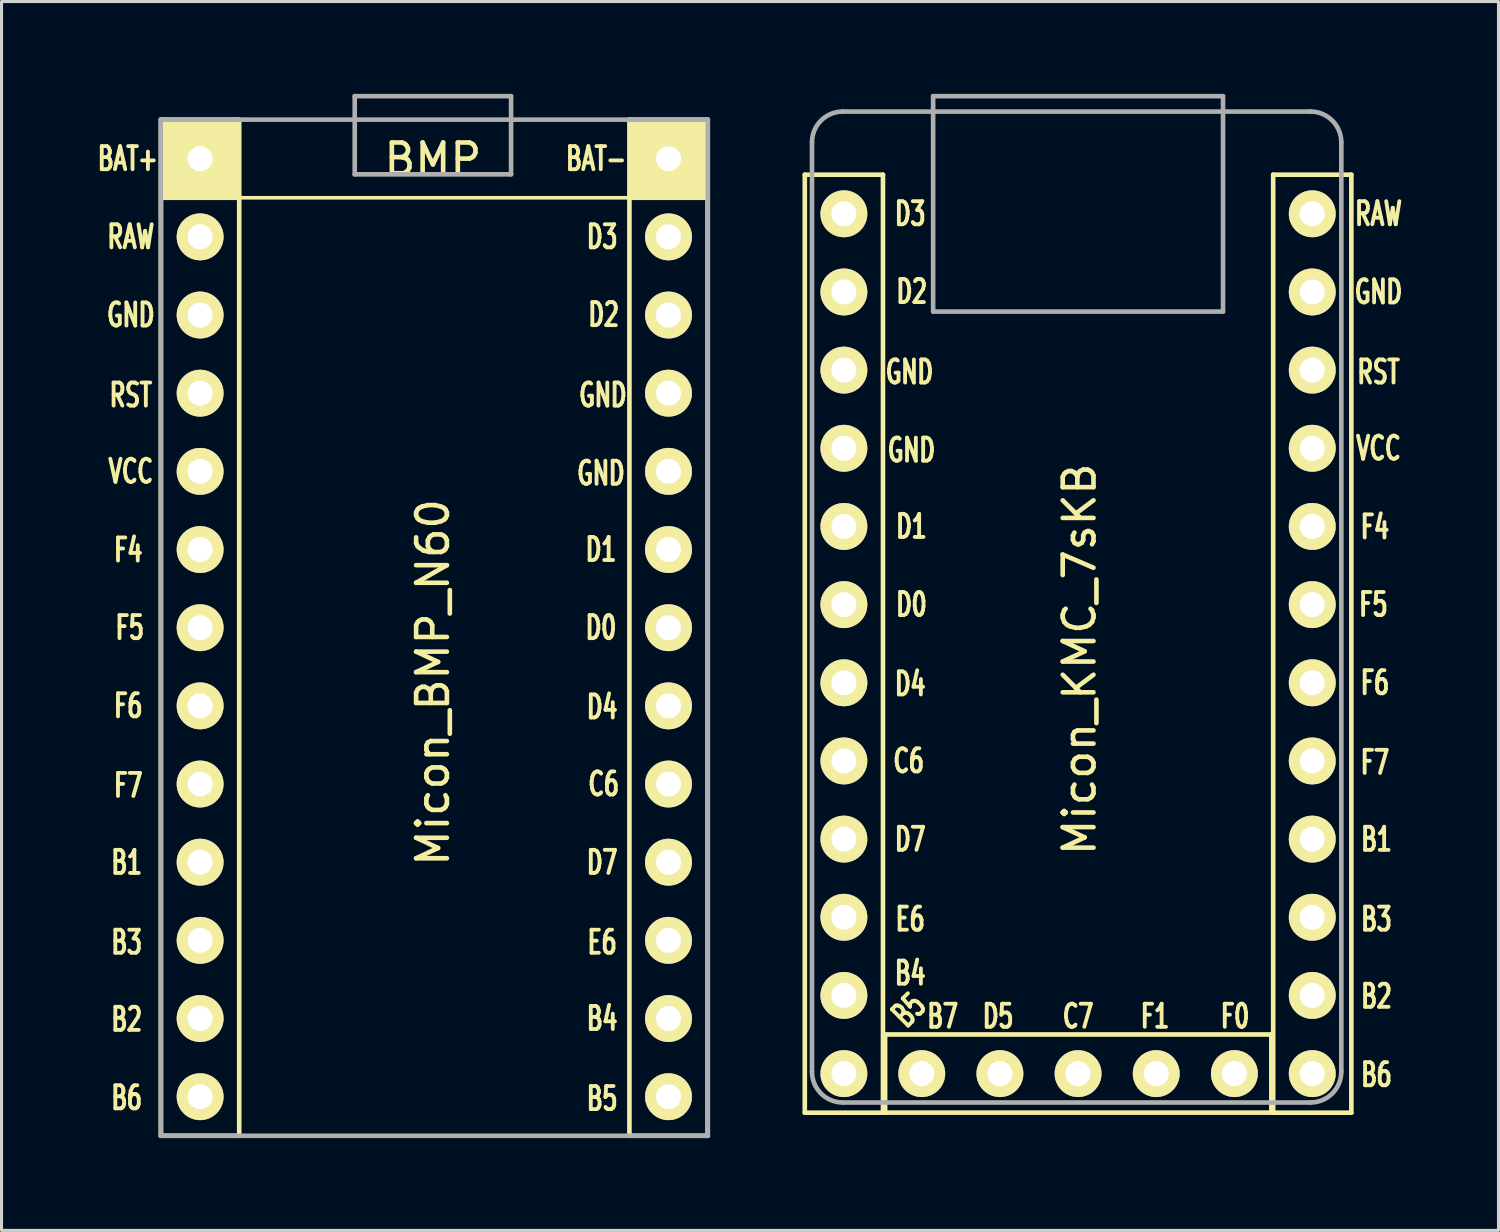
<source format=kicad_pcb>
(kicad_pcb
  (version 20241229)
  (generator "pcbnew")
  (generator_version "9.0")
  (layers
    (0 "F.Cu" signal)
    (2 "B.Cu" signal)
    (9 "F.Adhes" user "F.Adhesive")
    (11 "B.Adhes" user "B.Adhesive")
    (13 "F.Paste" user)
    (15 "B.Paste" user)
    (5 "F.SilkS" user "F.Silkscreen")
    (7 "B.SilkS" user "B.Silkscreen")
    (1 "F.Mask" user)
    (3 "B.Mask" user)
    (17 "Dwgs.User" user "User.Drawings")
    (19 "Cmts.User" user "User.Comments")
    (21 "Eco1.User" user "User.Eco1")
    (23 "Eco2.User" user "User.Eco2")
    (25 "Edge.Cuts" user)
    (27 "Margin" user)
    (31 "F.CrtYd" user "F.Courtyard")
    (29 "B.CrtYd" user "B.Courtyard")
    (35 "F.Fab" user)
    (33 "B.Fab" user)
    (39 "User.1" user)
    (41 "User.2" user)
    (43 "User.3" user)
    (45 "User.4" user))
  (footprint "Micon_KMC_7sKB"
    (layer "F.Cu")
    (at 31.982 18.375)
    (property "Reference" "Micon_KMC_7sKB" (at 0.046 0 270) (layer "F.SilkS") (effects (font (size 1 1) (thickness 0.15))))
    (attr through_hole)
    (fp_line (start -8.88 -15.748) (end -8.88 14.732) (stroke (width 0.15) (type solid)) (layer "F.SilkS"))
    (fp_line (start -8.88 14.732) (end -6.34 14.732) (stroke (width 0.15) (type solid)) (layer "F.SilkS"))
    (fp_line (start -6.34 -15.748) (end -8.88 -15.748) (stroke (width 0.15) (type solid)) (layer "F.SilkS"))
    (fp_line (start -6.34 14.732) (end -6.34 -15.748) (stroke (width 0.15) (type solid)) (layer "F.SilkS"))
    (fp_line (start -6.27 14.73) (end -6.27 12.19) (stroke (width 0.15) (type solid)) (layer "F.SilkS"))
    (fp_line (start -6.27 14.73) (end 6.28 14.73) (stroke (width 0.15) (type solid)) (layer "F.SilkS"))
    (fp_line (start 6.28 12.19) (end -6.27 12.19) (stroke (width 0.15) (type solid)) (layer "F.SilkS"))
    (fp_line (start 6.28 14.73) (end 6.28 12.19) (stroke (width 0.15) (type solid)) (layer "F.SilkS"))
    (fp_line (start 6.34 -15.748) (end 6.34 14.732) (stroke (width 0.15) (type solid)) (layer "F.SilkS"))
    (fp_line (start 6.34 14.732) (end 8.88 14.732) (stroke (width 0.15) (type solid)) (layer "F.SilkS"))
    (fp_line (start 8.88 -15.748) (end 6.34 -15.748) (stroke (width 0.15) (type solid)) (layer "F.SilkS"))
    (fp_line (start 8.88 14.732) (end 8.88 -15.748) (stroke (width 0.15) (type solid)) (layer "F.SilkS"))
    (fp_line (start -8.646 -16.8) (end -8.646 13.4) (stroke (width 0.15) (type solid)) (layer "F.Fab"))
    (fp_line (start -7.646 14.4) (end 7.554 14.4) (stroke (width 0.15) (type solid)) (layer "F.Fab"))
    (fp_line (start -4.71 -18.3) (end 4.71 -18.3) (stroke (width 0.15) (type solid)) (layer "F.Fab"))
    (fp_line (start -4.71 -11.3) (end -4.71 -18.3) (stroke (width 0.15) (type solid)) (layer "F.Fab"))
    (fp_line (start -4.71 -11.3) (end 4.71 -11.3) (stroke (width 0.15) (type solid)) (layer "F.Fab"))
    (fp_line (start 4.71 -11.3) (end 4.71 -18.3) (stroke (width 0.15) (type solid)) (layer "F.Fab"))
    (fp_line (start 7.554 -17.8) (end -7.646 -17.8) (stroke (width 0.15) (type solid)) (layer "F.Fab"))
    (fp_line (start 8.554 13.4) (end 8.554 -16.8) (stroke (width 0.15) (type solid)) (layer "F.Fab"))
    (fp_arc (start -8.6464 -16.8) (mid -8.353507 -17.507107) (end -7.6464 -17.8) (stroke (width 0.15) (type default)) (layer "F.Fab"))
    (fp_arc (start -7.6464 14.4) (mid -8.353507 14.107107) (end -8.6464 13.4) (stroke (width 0.15) (type default)) (layer "F.Fab"))
    (fp_arc (start 7.5536 -17.8) (mid 8.260707 -17.507107) (end 8.5536 -16.8) (stroke (width 0.15) (type default)) (layer "F.Fab"))
    (fp_arc (start 8.5536 13.4) (mid 8.260707 14.107107) (end 7.5536 14.4) (stroke (width 0.15) (type default)) (layer "F.Fab"))
    (fp_text user "D5" (at -2.6 11.6 0) (layer "F.SilkS") (effects (font (size 0.75 0.5) (thickness 0.125))))
    (fp_text user "D4" (at -5.454 0.8 0) (layer "F.SilkS") (effects (font (size 0.75 0.5) (thickness 0.125))))
    (fp_text user "GND" (at -5.478 -9.335 0) (layer "F.SilkS") (effects (font (size 0.75 0.5) (thickness 0.125))))
    (fp_text user "B2" (at 9.696 10.95 0) (layer "F.SilkS") (effects (font (size 0.75 0.5) (thickness 0.125))))
    (fp_text user "RST" (at 9.762 -9.335 0) (layer "F.SilkS") (effects (font (size 0.75 0.5) (thickness 0.125))))
    (fp_text user "GND" (at -5.415 -6.795 0) (layer "F.SilkS") (effects (font (size 0.75 0.5) (thickness 0.125))))
    (fp_text user "B5" (at -5.5 11.4 45) (layer "F.SilkS") (effects (font (size 0.75 0.5) (thickness 0.125))))
    (fp_text user "GND" (at 9.762 -11.938 0) (layer "F.SilkS") (effects (font (size 0.75 0.5) (thickness 0.125))))
    (fp_text user "D2" (at -5.404 -11.95 0) (layer "F.SilkS") (effects (font (size 0.75 0.5) (thickness 0.125))))
    (fp_text user "F6" (at 9.646 0.762 0) (layer "F.SilkS") (effects (font (size 0.75 0.5) (thickness 0.125))))
    (fp_text user "B3" (at 9.696 8.445 0) (layer "F.SilkS") (effects (font (size 0.75 0.5) (thickness 0.125))))
    (fp_text user "B7" (at -4.4 11.6 0) (layer "F.SilkS") (effects (font (size 0.75 0.5) (thickness 0.125))))
    (fp_text user "RAW" (at 9.762 -14.478 0) (layer "F.SilkS") (effects (font (size 0.75 0.5) (thickness 0.125))))
    (fp_text user "D3" (at -5.454 -14.478 0) (layer "F.SilkS") (effects (font (size 0.75 0.5) (thickness 0.125))))
    (fp_text user "D1" (at -5.415 -4.318 0) (layer "F.SilkS") (effects (font (size 0.75 0.5) (thickness 0.125))))
    (fp_text user "" (at 0.546 -17.25 0) (layer "F.SilkS") (effects (font (size 1 1) (thickness 0.15))))
    (fp_text user "F7" (at 9.646 3.35 0) (layer "F.SilkS") (effects (font (size 0.75 0.5) (thickness 0.125))))
    (fp_text user "F1" (at 2.5 11.6 0) (layer "F.SilkS") (effects (font (size 0.75 0.5) (thickness 0.125))))
    (fp_text user "F0" (at 5.1 11.6 0) (layer "F.SilkS") (effects (font (size 0.75 0.5) (thickness 0.125))))
    (fp_text user "B4" (at -5.454 10.2 0) (layer "F.SilkS") (effects (font (size 0.75 0.5) (thickness 0.125))))
    (fp_text user "B1" (at 9.696 5.85 0) (layer "F.SilkS") (effects (font (size 0.75 0.5) (thickness 0.125))))
    (fp_text user "B6" (at 9.696 13.5 0) (layer "F.SilkS") (effects (font (size 0.75 0.5) (thickness 0.125))))
    (fp_text user "E6" (at -5.454 8.445 0) (layer "F.SilkS") (effects (font (size 0.75 0.5) (thickness 0.125))))
    (fp_text user "C7" (at 0 11.6 0) (layer "F.SilkS") (effects (font (size 0.75 0.5) (thickness 0.125))))
    (fp_text user "C6" (at -5.504 3.302 0) (layer "F.SilkS") (effects (font (size 0.75 0.5) (thickness 0.125))))
    (fp_text user "F4" (at 9.646 -4.3 0) (layer "F.SilkS") (effects (font (size 0.75 0.5) (thickness 0.125))))
    (fp_text user "F5" (at 9.596 -1.778 0) (layer "F.SilkS") (effects (font (size 0.75 0.5) (thickness 0.125))))
    (fp_text user "VCC" (at 9.762 -6.858 0) (layer "F.SilkS") (effects (font (size 0.75 0.5) (thickness 0.125))))
    (fp_text user "D0" (at -5.415 -1.778 0) (layer "F.SilkS") (effects (font (size 0.75 0.5) (thickness 0.125))))
    (fp_text user "D7" (at -5.454 5.85 0) (layer "F.SilkS") (effects (font (size 0.75 0.5) (thickness 0.125))))
    (fp_text user "" (at 1.253 -16.256 0) (layer "B.SilkS") (effects (font (size 1 1) (thickness 0.15)) (justify mirror)))
    (pad "1" thru_hole circle (at -7.61 -14.478) (size 1.524 1.524) (drill 0.813) (layers "*.Cu" "*.Mask" "F.SilkS"))
    (pad "2" thru_hole circle (at -7.61 -11.938) (size 1.524 1.524) (drill 0.813) (layers "*.Cu" "*.Mask" "F.SilkS"))
    (pad "3" thru_hole circle (at -7.61 -9.398) (size 1.524 1.524) (drill 0.813) (layers "*.Cu" "*.Mask" "F.SilkS"))
    (pad "4" thru_hole circle (at -7.61 -6.858) (size 1.524 1.524) (drill 0.813) (layers "*.Cu" "*.Mask" "F.SilkS"))
    (pad "5" thru_hole circle (at -7.61 -4.318) (size 1.524 1.524) (drill 0.813) (layers "*.Cu" "*.Mask" "F.SilkS"))
    (pad "6" thru_hole circle (at -7.61 -1.778) (size 1.524 1.524) (drill 0.813) (layers "*.Cu" "*.Mask" "F.SilkS"))
    (pad "7" thru_hole circle (at -7.61 0.762) (size 1.524 1.524) (drill 0.813) (layers "*.Cu" "*.Mask" "F.SilkS"))
    (pad "8" thru_hole circle (at -7.61 3.302) (size 1.524 1.524) (drill 0.813) (layers "*.Cu" "*.Mask" "F.SilkS"))
    (pad "9" thru_hole circle (at -7.61 5.842) (size 1.524 1.524) (drill 0.813) (layers "*.Cu" "*.Mask" "F.SilkS"))
    (pad "10" thru_hole circle (at -7.61 8.382) (size 1.524 1.524) (drill 0.813) (layers "*.Cu" "*.Mask" "F.SilkS"))
    (pad "11" thru_hole circle (at -7.61 10.922) (size 1.524 1.524) (drill 0.813) (layers "*.Cu" "*.Mask" "F.SilkS"))
    (pad "12" thru_hole circle (at -7.61 13.462) (size 1.524 1.524) (drill 0.813) (layers "*.Cu" "*.Mask" "F.SilkS"))
    (pad "13" thru_hole circle (at 7.61 13.462) (size 1.524 1.524) (drill 0.813) (layers "*.Cu" "*.Mask" "F.SilkS"))
    (pad "14" thru_hole circle (at 7.61 10.922) (size 1.524 1.524) (drill 0.813) (layers "*.Cu" "*.Mask" "F.SilkS"))
    (pad "15" thru_hole circle (at 7.61 8.382) (size 1.524 1.524) (drill 0.813) (layers "*.Cu" "*.Mask" "F.SilkS"))
    (pad "16" thru_hole circle (at 7.61 5.842) (size 1.524 1.524) (drill 0.813) (layers "*.Cu" "*.Mask" "F.SilkS"))
    (pad "17" thru_hole circle (at 7.61 3.302) (size 1.524 1.524) (drill 0.813) (layers "*.Cu" "*.Mask" "F.SilkS"))
    (pad "18" thru_hole circle (at 7.61 0.762) (size 1.524 1.524) (drill 0.813) (layers "*.Cu" "*.Mask" "F.SilkS"))
    (pad "19" thru_hole circle (at 7.61 -1.778) (size 1.524 1.524) (drill 0.813) (layers "*.Cu" "*.Mask" "F.SilkS"))
    (pad "20" thru_hole circle (at 7.61 -4.318) (size 1.524 1.524) (drill 0.813) (layers "*.Cu" "*.Mask" "F.SilkS"))
    (pad "21" thru_hole circle (at 7.61 -6.858) (size 1.524 1.524) (drill 0.813) (layers "*.Cu" "*.Mask" "F.SilkS"))
    (pad "22" thru_hole circle (at 7.61 -9.398) (size 1.524 1.524) (drill 0.813) (layers "*.Cu" "*.Mask" "F.SilkS"))
    (pad "23" thru_hole circle (at 7.61 -11.938) (size 1.524 1.524) (drill 0.813) (layers "*.Cu" "*.Mask" "F.SilkS"))
    (pad "24" thru_hole circle (at 7.61 -14.478) (size 1.524 1.524) (drill 0.813) (layers "*.Cu" "*.Mask" "F.SilkS"))
    (pad "25" thru_hole circle (at -5.08 13.462) (size 1.524 1.524) (drill 0.813) (layers "*.Cu" "*.Mask" "F.SilkS"))
    (pad "26" thru_hole circle (at -2.54 13.462) (size 1.524 1.524) (drill 0.813) (layers "*.Cu" "*.Mask" "F.SilkS"))
    (pad "27" thru_hole circle (at 0 13.462) (size 1.524 1.524) (drill 0.813) (layers "*.Cu" "*.Mask" "F.SilkS"))
    (pad "28" thru_hole circle (at 2.54 13.462) (size 1.524 1.524) (drill 0.813) (layers "*.Cu" "*.Mask" "F.SilkS"))
    (pad "29" thru_hole circle (at 5.08 13.462) (size 1.524 1.524) (drill 0.813) (layers "*.Cu" "*.Mask" "F.SilkS")))
  (footprint "Micon_BMP_N60"
    (layer "F.Cu")
    (at 11.017 19.125)
    (property "Reference" "Micon_BMP_N60" (at 0 0 270) (layer "F.SilkS") (effects (font (size 1 1) (thickness 0.15))))
    (attr through_hole)
    (fp_line (start -8.834 -18.288) (end -6.294 -18.288) (stroke (width 0.15) (type solid)) (layer "F.SilkS"))
    (fp_line (start -8.834 -15.748) (end -6.294 -15.748) (stroke (width 0.15) (type solid)) (layer "F.SilkS"))
    (fp_line (start -8.834 14.732) (end -8.834 -18.288) (stroke (width 0.15) (type solid)) (layer "F.SilkS"))
    (fp_line (start -6.294 -18.288) (end -6.294 14.732) (stroke (width 0.15) (type solid)) (layer "F.SilkS"))
    (fp_line (start -6.294 14.732) (end -8.834 14.732) (stroke (width 0.15) (type solid)) (layer "F.SilkS"))
    (fp_line (start 6.386 -18.288) (end 8.926 -18.288) (stroke (width 0.15) (type solid)) (layer "F.SilkS"))
    (fp_line (start 6.386 -15.748) (end -6.294 -15.748) (stroke (width 0.12) (type solid)) (layer "F.SilkS"))
    (fp_line (start 6.386 -15.748) (end 8.926 -15.748) (stroke (width 0.15) (type solid)) (layer "F.SilkS"))
    (fp_line (start 6.386 14.732) (end 6.386 -18.288) (stroke (width 0.15) (type solid)) (layer "F.SilkS"))
    (fp_line (start 8.926 -18.288) (end 8.926 14.732) (stroke (width 0.15) (type solid)) (layer "F.SilkS"))
    (fp_line (start 8.926 14.732) (end 6.386 14.732) (stroke (width 0.15) (type solid)) (layer "F.SilkS"))
    (fp_poly (pts (xy -6.294 -15.748) (xy -8.834 -15.748) (xy -8.834 -18.288) (xy -6.294 -18.288)) (stroke (width 0.1) (type solid)) (fill yes) (layer "F.SilkS"))
    (fp_poly (pts (xy 8.926 -15.748) (xy 6.386 -15.748) (xy 6.386 -18.288) (xy 8.926 -18.288)) (stroke (width 0.1) (type solid)) (fill yes) (layer "F.SilkS"))
    (fp_line (start -8.845 -18.288) (end 8.935 -18.288) (stroke (width 0.15) (type solid)) (layer "F.Fab"))
    (fp_line (start -8.845 14.732) (end -8.845 -18.288) (stroke (width 0.15) (type solid)) (layer "F.Fab"))
    (fp_line (start -2.54 -19.05) (end -2.54 -16.51) (stroke (width 0.15) (type solid)) (layer "F.Fab"))
    (fp_line (start -2.54 -16.51) (end 2.54 -16.51) (stroke (width 0.15) (type solid)) (layer "F.Fab"))
    (fp_line (start 2.54 -19.05) (end -2.54 -19.05) (stroke (width 0.15) (type solid)) (layer "F.Fab"))
    (fp_line (start 2.54 -16.51) (end 2.54 -19.05) (stroke (width 0.15) (type solid)) (layer "F.Fab"))
    (fp_line (start 8.935 -18.288) (end 8.935 14.732) (stroke (width 0.15) (type solid)) (layer "F.Fab"))
    (fp_line (start 8.935 14.732) (end -8.845 14.732) (stroke (width 0.15) (type solid)) (layer "F.Fab"))
    (fp_text user "B4" (at 5.5 10.922 0) (layer "F.SilkS") (effects (font (size 0.75 0.5) (thickness 0.125))))
    (fp_text user "BAT-" (at 5.3 -17.018 0) (layer "F.SilkS") (effects (font (size 0.75 0.5) (thickness 0.125))))
    (fp_text user "C6" (at 5.55 3.302 0) (layer "F.SilkS") (effects (font (size 0.75 0.5) (thickness 0.125))))
    (fp_text user "B6" (at -9.95 13.5 0) (layer "F.SilkS") (effects (font (size 0.75 0.5) (thickness 0.125))))
    (fp_text user "F5" (at -9.85 -1.778 0) (layer "F.SilkS") (effects (font (size 0.75 0.5) (thickness 0.125))))
    (fp_text user "D3" (at 5.5 -14.478 0) (layer "F.SilkS") (effects (font (size 0.75 0.5) (thickness 0.125))))
    (fp_text user "D7" (at 5.5 5.85 0) (layer "F.SilkS") (effects (font (size 0.75 0.5) (thickness 0.125))))
    (fp_text user "D4" (at 5.5 0.8 0) (layer "F.SilkS") (effects (font (size 0.75 0.5) (thickness 0.125))))
    (fp_text user "BMP" (at 0 -17 0) (layer "F.SilkS") (effects (font (size 1 1) (thickness 0.15))))
    (fp_text user "B1" (at -9.95 5.85 0) (layer "F.SilkS") (effects (font (size 0.75 0.5) (thickness 0.125))))
    (fp_text user "VCC" (at -9.816 -6.858 0) (layer "F.SilkS") (effects (font (size 0.75 0.5) (thickness 0.125))))
    (fp_text user "F7" (at -9.9 3.35 0) (layer "F.SilkS") (effects (font (size 0.75 0.5) (thickness 0.125))))
    (fp_text user "D2" (at 5.55 -11.95 0) (layer "F.SilkS") (effects (font (size 0.75 0.5) (thickness 0.125))))
    (fp_text user "B5" (at 5.5 13.525 0) (layer "F.SilkS") (effects (font (size 0.75 0.5) (thickness 0.125))))
    (fp_text user "B3" (at -9.95 8.445 0) (layer "F.SilkS") (effects (font (size 0.75 0.5) (thickness 0.125))))
    (fp_text user "GND" (at 5.524 -9.335 0) (layer "F.SilkS") (effects (font (size 0.75 0.5) (thickness 0.125))))
    (fp_text user "GND" (at -9.816 -11.938 0) (layer "F.SilkS") (effects (font (size 0.75 0.5) (thickness 0.125))))
    (fp_text user "D1" (at 5.461 -4.318 0) (layer "F.SilkS") (effects (font (size 0.75 0.5) (thickness 0.125))))
    (fp_text user "RAW" (at -9.816 -14.478 0) (layer "F.SilkS") (effects (font (size 0.75 0.5) (thickness 0.125))))
    (fp_text user "D0" (at 5.461 -1.778 0) (layer "F.SilkS") (effects (font (size 0.75 0.5) (thickness 0.125))))
    (fp_text user "F4" (at -9.9 -4.3 0) (layer "F.SilkS") (effects (font (size 0.75 0.5) (thickness 0.125))))
    (fp_text user "" (at -0.5 -17.25 0) (layer "F.SilkS") (effects (font (size 1 1) (thickness 0.15))))
    (fp_text user "E6" (at 5.5 8.445 0) (layer "F.SilkS") (effects (font (size 0.75 0.5) (thickness 0.125))))
    (fp_text user "BAT+" (at -9.915 -17.018 0) (layer "F.SilkS") (effects (font (size 0.75 0.5) (thickness 0.125))))
    (fp_text user "F6" (at -9.9 0.762 0) (layer "F.SilkS") (effects (font (size 0.75 0.5) (thickness 0.125))))
    (fp_text user "GND" (at 5.461 -6.795 0) (layer "F.SilkS") (effects (font (size 0.75 0.5) (thickness 0.125))))
    (fp_text user "B2" (at -9.95 10.95 0) (layer "F.SilkS") (effects (font (size 0.75 0.5) (thickness 0.125))))
    (fp_text user "RST" (at -9.816 -9.335 0) (layer "F.SilkS") (effects (font (size 0.75 0.5) (thickness 0.125))))
    (fp_text user "" (at -1.206 -16.256 0) (layer "B.SilkS") (effects (font (size 1 1) (thickness 0.15)) (justify mirror)))
    (pad "1" thru_hole circle (at 7.656 -14.478) (size 1.524 1.524) (drill 0.813) (layers "*.Cu" "*.Mask" "F.SilkS"))
    (pad "2" thru_hole circle (at 7.656 -11.938) (size 1.524 1.524) (drill 0.813) (layers "*.Cu" "*.Mask" "F.SilkS"))
    (pad "3" thru_hole circle (at 7.656 -9.398) (size 1.524 1.524) (drill 0.813) (layers "*.Cu" "*.Mask" "F.SilkS"))
    (pad "4" thru_hole circle (at 7.656 -6.858) (size 1.524 1.524) (drill 0.813) (layers "*.Cu" "*.Mask" "F.SilkS"))
    (pad "5" thru_hole circle (at 7.656 -4.318) (size 1.524 1.524) (drill 0.813) (layers "*.Cu" "*.Mask" "F.SilkS"))
    (pad "6" thru_hole circle (at 7.656 -1.778) (size 1.524 1.524) (drill 0.813) (layers "*.Cu" "*.Mask" "F.SilkS"))
    (pad "7" thru_hole circle (at 7.656 0.762) (size 1.524 1.524) (drill 0.813) (layers "*.Cu" "*.Mask" "F.SilkS"))
    (pad "8" thru_hole circle (at 7.656 3.302) (size 1.524 1.524) (drill 0.813) (layers "*.Cu" "*.Mask" "F.SilkS"))
    (pad "9" thru_hole circle (at 7.656 5.842) (size 1.524 1.524) (drill 0.813) (layers "*.Cu" "*.Mask" "F.SilkS"))
    (pad "10" thru_hole circle (at 7.656 8.382) (size 1.524 1.524) (drill 0.813) (layers "*.Cu" "*.Mask" "F.SilkS"))
    (pad "11" thru_hole circle (at 7.656 10.922) (size 1.524 1.524) (drill 0.813) (layers "*.Cu" "*.Mask" "F.SilkS"))
    (pad "12" thru_hole circle (at 7.656 13.462) (size 1.524 1.524) (drill 0.813) (layers "*.Cu" "*.Mask" "F.SilkS"))
    (pad "13" thru_hole circle (at -7.564 13.462) (size 1.524 1.524) (drill 0.813) (layers "*.Cu" "*.Mask" "F.SilkS"))
    (pad "14" thru_hole circle (at -7.564 10.922) (size 1.524 1.524) (drill 0.813) (layers "*.Cu" "*.Mask" "F.SilkS"))
    (pad "15" thru_hole circle (at -7.564 8.382) (size 1.524 1.524) (drill 0.813) (layers "*.Cu" "*.Mask" "F.SilkS"))
    (pad "16" thru_hole circle (at -7.564 5.842) (size 1.524 1.524) (drill 0.813) (layers "*.Cu" "*.Mask" "F.SilkS"))
    (pad "17" thru_hole circle (at -7.564 3.302) (size 1.524 1.524) (drill 0.813) (layers "*.Cu" "*.Mask" "F.SilkS"))
    (pad "18" thru_hole circle (at -7.564 0.762) (size 1.524 1.524) (drill 0.813) (layers "*.Cu" "*.Mask" "F.SilkS"))
    (pad "19" thru_hole circle (at -7.564 -1.778) (size 1.524 1.524) (drill 0.813) (layers "*.Cu" "*.Mask" "F.SilkS"))
    (pad "20" thru_hole circle (at -7.564 -4.318) (size 1.524 1.524) (drill 0.813) (layers "*.Cu" "*.Mask" "F.SilkS"))
    (pad "21" thru_hole circle (at -7.564 -6.858) (size 1.524 1.524) (drill 0.813) (layers "*.Cu" "*.Mask" "F.SilkS"))
    (pad "22" thru_hole circle (at -7.564 -9.398) (size 1.524 1.524) (drill 0.813) (layers "*.Cu" "*.Mask" "F.SilkS"))
    (pad "23" thru_hole circle (at -7.564 -11.938) (size 1.524 1.524) (drill 0.813) (layers "*.Cu" "*.Mask" "F.SilkS"))
    (pad "24" thru_hole circle (at -7.564 -14.478) (size 1.524 1.524) (drill 0.813) (layers "*.Cu" "*.Mask" "F.SilkS"))
    (pad "25" thru_hole circle (at -7.564 -17.018) (size 1.524 1.524) (drill 0.813) (layers "*.Cu" "*.Mask" "F.SilkS"))
    (pad "26" thru_hole circle (at 7.656 -17.018) (size 1.524 1.524) (drill 0.813) (layers "*.Cu" "*.Mask" "F.SilkS")))
  (gr_rect
    (start -3 -3)
    (end 45.644 36.932)
    (stroke (width 0.1) (type default))
    (fill no)
    (layer "Edge.Cuts")))
</source>
